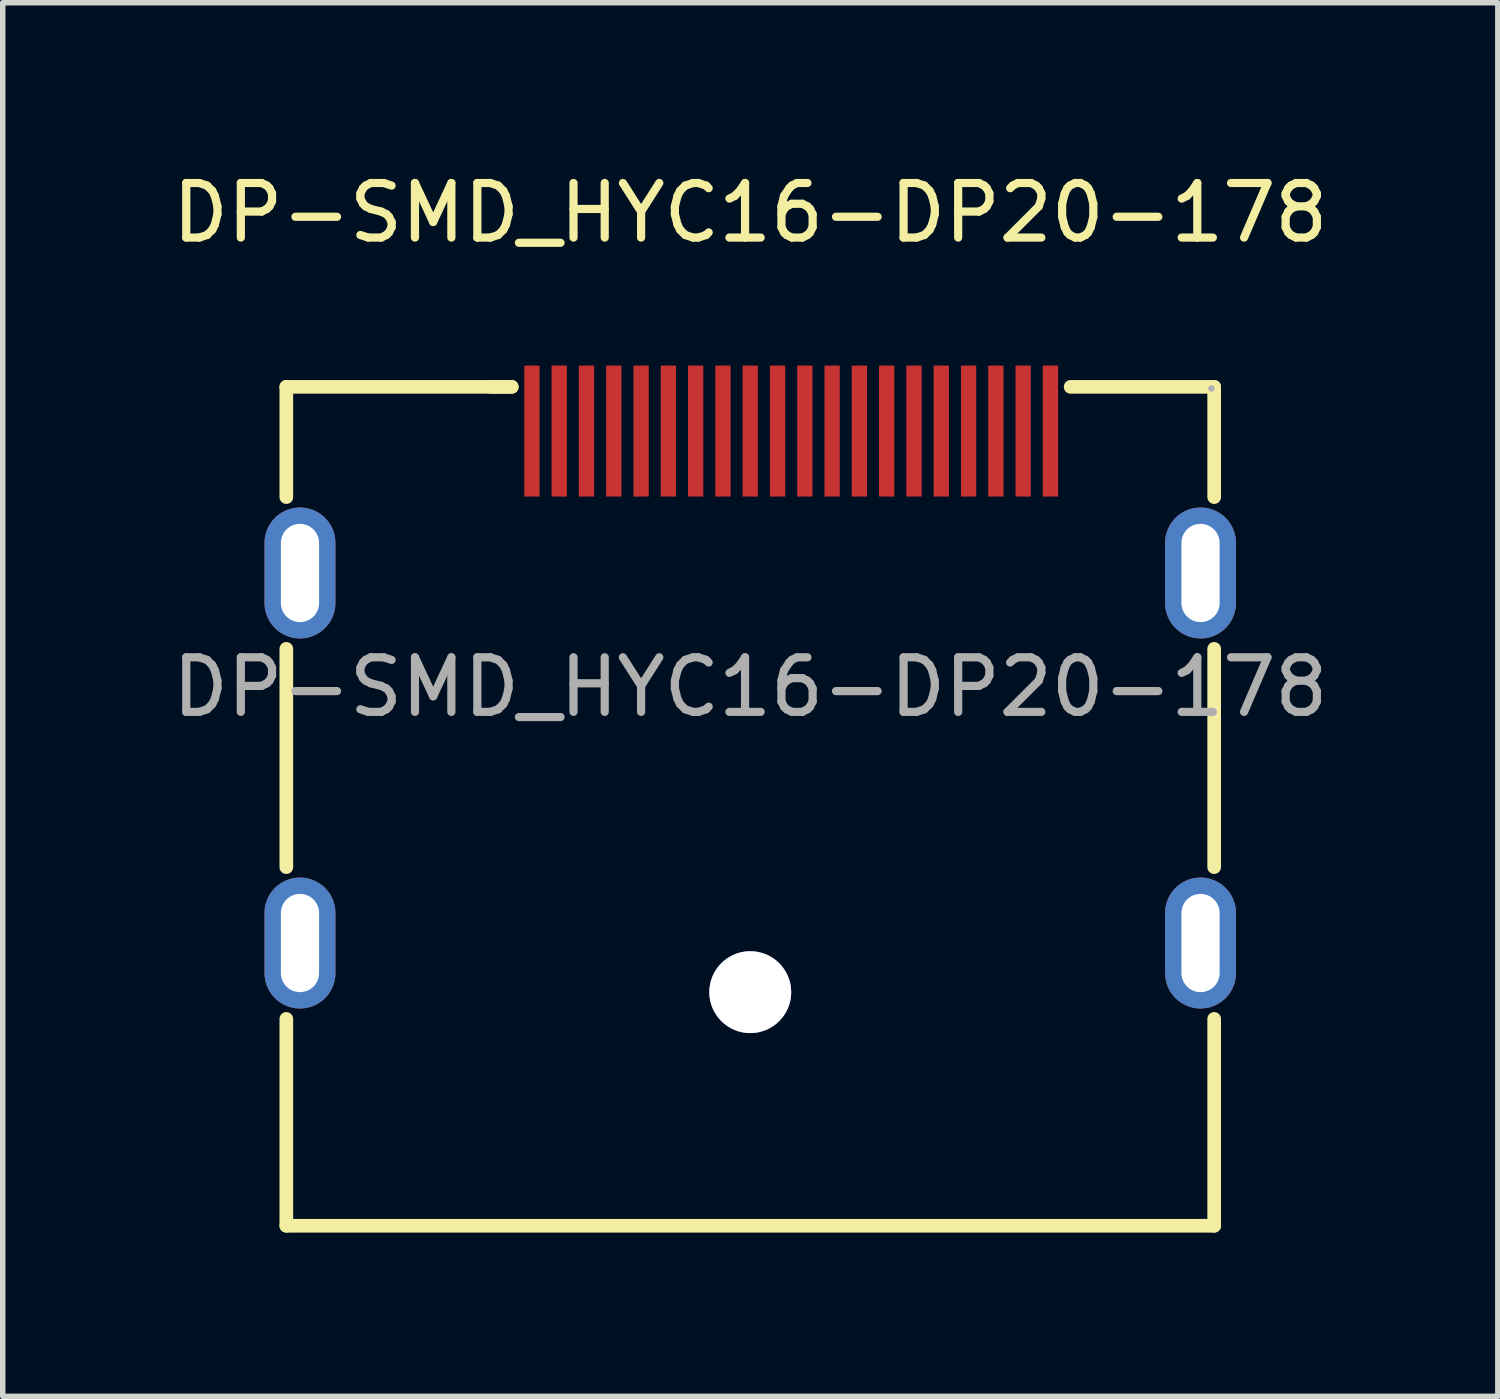
<source format=kicad_pcb>
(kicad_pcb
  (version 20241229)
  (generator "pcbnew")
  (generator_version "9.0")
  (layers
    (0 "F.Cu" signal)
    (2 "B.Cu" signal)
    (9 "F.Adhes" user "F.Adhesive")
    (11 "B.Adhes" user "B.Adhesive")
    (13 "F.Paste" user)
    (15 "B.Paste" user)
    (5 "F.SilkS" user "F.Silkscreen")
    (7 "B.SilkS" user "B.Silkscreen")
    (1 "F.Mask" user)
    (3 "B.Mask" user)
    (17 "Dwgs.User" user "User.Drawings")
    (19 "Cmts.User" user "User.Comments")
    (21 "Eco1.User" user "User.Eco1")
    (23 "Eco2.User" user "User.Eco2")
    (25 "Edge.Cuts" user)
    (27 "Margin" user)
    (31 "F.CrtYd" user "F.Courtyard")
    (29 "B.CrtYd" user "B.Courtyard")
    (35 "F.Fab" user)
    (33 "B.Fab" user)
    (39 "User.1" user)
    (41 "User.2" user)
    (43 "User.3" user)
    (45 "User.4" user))
  (footprint "DP-SMD_HYC16-DP20-178"
    (layer "F.Cu")
    (at 10.696 9.538)
    (property "Reference" "DP-SMD_HYC16-DP20-178" (at 0 -8.69 0) (layer "F.SilkS") (effects (font (size 1 1) (thickness 0.15))))
    (attr smd)
    (fp_line (start -8.5 -5.5) (end -8.5 -3.48) (stroke (width 0.25) (type solid)) (layer "F.SilkS"))
    (fp_line (start -8.5 -0.7) (end -8.5 3.3) (stroke (width 0.25) (type solid)) (layer "F.SilkS"))
    (fp_line (start -8.5 6.08) (end -8.5 9.87) (stroke (width 0.25) (type solid)) (layer "F.SilkS"))
    (fp_line (start -4.37 -5.5) (end -8.5 -5.5) (stroke (width 0.25) (type solid)) (layer "F.SilkS"))
    (fp_line (start -4.37 -5.5) (end -4.75 -5.5) (stroke (width 0.25) (type solid)) (layer "F.SilkS"))
    (fp_line (start 5.87 -5.5) (end 8.5 -5.5) (stroke (width 0.25) (type solid)) (layer "F.SilkS"))
    (fp_line (start 8.5 -5.5) (end 8.5 -3.48) (stroke (width 0.25) (type solid)) (layer "F.SilkS"))
    (fp_line (start 8.5 -0.7) (end 8.5 3.3) (stroke (width 0.25) (type solid)) (layer "F.SilkS"))
    (fp_line (start 8.5 6.08) (end 8.5 9.87) (stroke (width 0.25) (type solid)) (layer "F.SilkS"))
    (fp_line (start 8.5 9.87) (end -8.5 9.87) (stroke (width 0.25) (type solid)) (layer "F.SilkS"))
    (fp_circle (center 0 5.59) (end 0.33 5.59) (stroke (width 0.65) (type solid)) (fill no) (layer "Cmts.User"))
    (fp_circle (center 8.45 -5.47) (end 8.48 -5.47) (stroke (width 0.06) (type solid)) (fill no) (layer "F.Fab"))
    (fp_text user "${REFERENCE}" (at 0 0 0) (layer "F.Fab") (effects (font (size 1 1) (thickness 0.15))))
    (pad "" thru_hole circle (at 0 5.59) (size 1.5 1.5) (drill 1.5) (layers "*.Cu" "*.Mask"))
    (pad "1" smd rect (at 5.5 -4.69) (size 0.28 2.4) (layers "F.Cu" "F.Mask" "F.Paste"))
    (pad "2" smd rect (at 5 -4.69) (size 0.28 2.4) (layers "F.Cu" "F.Mask" "F.Paste"))
    (pad "3" smd rect (at 4.5 -4.69) (size 0.28 2.4) (layers "F.Cu" "F.Mask" "F.Paste"))
    (pad "4" smd rect (at 4 -4.69) (size 0.28 2.4) (layers "F.Cu" "F.Mask" "F.Paste"))
    (pad "5" smd rect (at 3.5 -4.69) (size 0.28 2.4) (layers "F.Cu" "F.Mask" "F.Paste"))
    (pad "6" smd rect (at 3 -4.69) (size 0.28 2.4) (layers "F.Cu" "F.Mask" "F.Paste"))
    (pad "7" smd rect (at 2.5 -4.69) (size 0.28 2.4) (layers "F.Cu" "F.Mask" "F.Paste"))
    (pad "8" smd rect (at 2 -4.69) (size 0.28 2.4) (layers "F.Cu" "F.Mask" "F.Paste"))
    (pad "9" smd rect (at 1.5 -4.69) (size 0.28 2.4) (layers "F.Cu" "F.Mask" "F.Paste"))
    (pad "10" smd rect (at 1 -4.69) (size 0.28 2.4) (layers "F.Cu" "F.Mask" "F.Paste"))
    (pad "11" smd rect (at 0.5 -4.69) (size 0.28 2.4) (layers "F.Cu" "F.Mask" "F.Paste"))
    (pad "12" smd rect (at 0 -4.69) (size 0.28 2.4) (layers "F.Cu" "F.Mask" "F.Paste"))
    (pad "13" smd rect (at -0.5 -4.69) (size 0.28 2.4) (layers "F.Cu" "F.Mask" "F.Paste"))
    (pad "14" smd rect (at -1 -4.69) (size 0.28 2.4) (layers "F.Cu" "F.Mask" "F.Paste"))
    (pad "15" smd rect (at -1.5 -4.69) (size 0.28 2.4) (layers "F.Cu" "F.Mask" "F.Paste"))
    (pad "16" smd rect (at -2 -4.69) (size 0.28 2.4) (layers "F.Cu" "F.Mask" "F.Paste"))
    (pad "17" smd rect (at -2.5 -4.69) (size 0.28 2.4) (layers "F.Cu" "F.Mask" "F.Paste"))
    (pad "18" smd rect (at -3 -4.69) (size 0.28 2.4) (layers "F.Cu" "F.Mask" "F.Paste"))
    (pad "19" smd rect (at -3.5 -4.69) (size 0.28 2.4) (layers "F.Cu" "F.Mask" "F.Paste"))
    (pad "20" smd rect (at -4 -4.69) (size 0.28 2.4) (layers "F.Cu" "F.Mask" "F.Paste"))
    (pad "21" thru_hole oval (at -8.25 -2.09) (size 1.3 2.4) (drill oval 0.7 1.8) (layers "*.Cu" "*.Mask"))
    (pad "22" thru_hole oval (at -8.25 4.69) (size 1.3 2.4) (drill oval 0.7 1.8) (layers "*.Cu" "*.Mask"))
    (pad "23" thru_hole oval (at 8.25 4.69) (size 1.3 2.4) (drill oval 0.7 1.8) (layers "*.Cu" "*.Mask"))
    (pad "24" thru_hole oval (at 8.25 -2.09) (size 1.3 2.4) (drill oval 0.7 1.8) (layers "*.Cu" "*.Mask")))
  (gr_rect
    (start -3 -3)
    (end 24.393 22.533)
    (stroke (width 0.1) (type default))
    (fill no)
    (layer "Edge.Cuts")))
</source>
